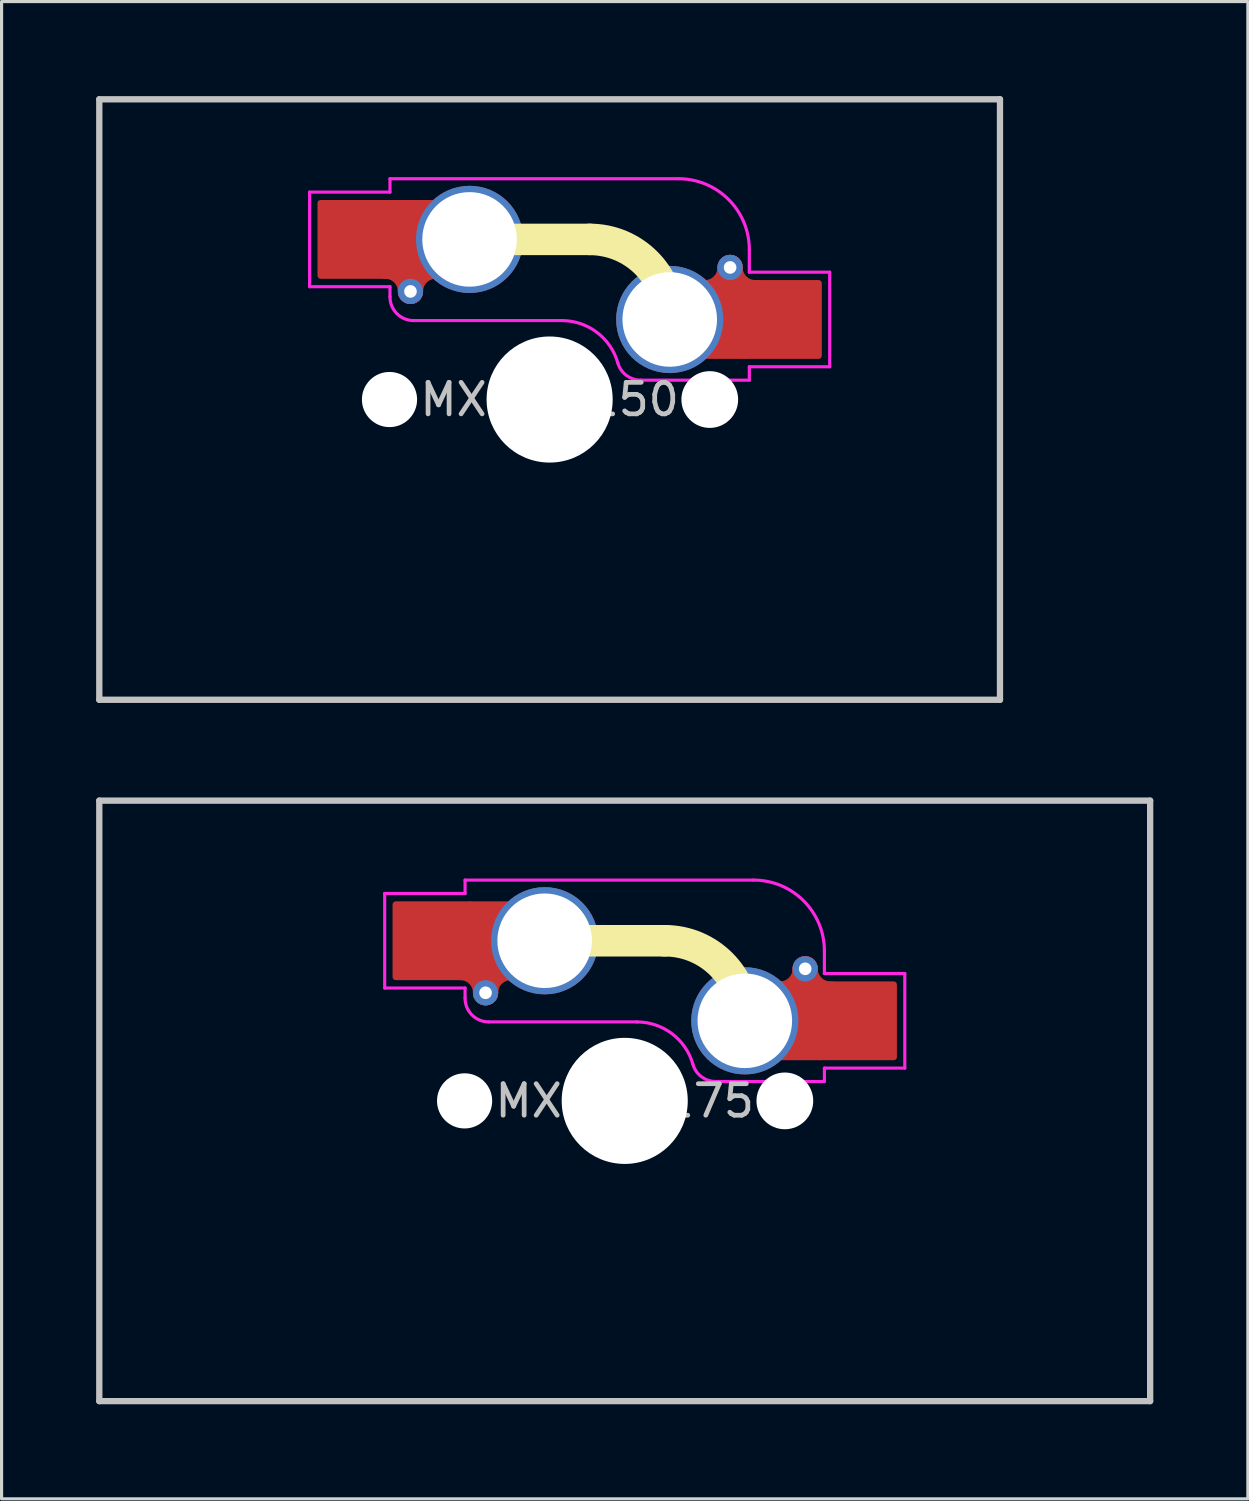
<source format=kicad_pcb>
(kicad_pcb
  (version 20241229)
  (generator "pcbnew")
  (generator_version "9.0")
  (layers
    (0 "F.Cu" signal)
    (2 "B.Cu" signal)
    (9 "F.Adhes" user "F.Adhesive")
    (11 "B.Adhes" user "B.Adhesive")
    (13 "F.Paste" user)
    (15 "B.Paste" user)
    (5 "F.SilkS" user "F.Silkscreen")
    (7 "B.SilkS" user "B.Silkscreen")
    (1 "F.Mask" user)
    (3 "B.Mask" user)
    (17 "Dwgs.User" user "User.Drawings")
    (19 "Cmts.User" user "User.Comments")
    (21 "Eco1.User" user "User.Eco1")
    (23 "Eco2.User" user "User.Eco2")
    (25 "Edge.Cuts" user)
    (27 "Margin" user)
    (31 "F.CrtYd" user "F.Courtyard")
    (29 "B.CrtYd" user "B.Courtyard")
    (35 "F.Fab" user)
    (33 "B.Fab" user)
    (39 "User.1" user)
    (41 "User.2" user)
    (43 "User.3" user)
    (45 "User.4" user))
  (footprint "MXHS-150"
    (layer "F.Cu")
    (at 14.387 9.625)
    (property "Reference" "MXHS-150" (at 0 0 0) (layer "Dwgs.User") (effects (font (size 1 1) (thickness 0.15))))
    (attr through_hole)
    (fp_arc (start -5.215 -4.23) (mid -4.649315 -3.995685) (end -4.415 -3.43) (stroke (width 0.8) (type solid)) (layer "F.Cu"))
    (fp_arc (start -4.415 -3.43) (mid -4.180685 -3.995685) (end -3.615 -4.23) (stroke (width 0.8) (type solid)) (layer "F.Cu"))
    (fp_arc (start 5.725 -4.19) (mid 5.490685 -3.624315) (end 4.925 -3.39) (stroke (width 0.8) (type solid)) (layer "F.Cu"))
    (fp_arc (start 6.525 -3.39) (mid 5.959315 -3.624315) (end 5.725 -4.19) (stroke (width 0.8) (type solid)) (layer "F.Cu"))
    (fp_line (start -2.54 -5.08) (end 1.27 -5.08) (stroke (width 1) (type solid)) (layer "F.SilkS"))
    (fp_arc (start 1.27 -5.08) (mid 3.066051 -4.336051) (end 3.81 -2.54) (stroke (width 1) (type solid)) (layer "F.SilkS"))
    (fp_line (start -14.287 -9.525) (end -14.287 9.525) (stroke (width 0.2) (type solid)) (layer "Dwgs.User"))
    (fp_line (start -14.287 9.525) (end 14.287 9.525) (stroke (width 0.2) (type solid)) (layer "Dwgs.User"))
    (fp_line (start 14.287 -9.525) (end -14.287 -9.525) (stroke (width 0.2) (type solid)) (layer "Dwgs.User"))
    (fp_line (start 14.287 9.525) (end 14.287 -9.525) (stroke (width 0.2) (type solid)) (layer "Dwgs.User"))
    (fp_line (start -7.615 -6.58) (end -5.065 -6.58) (stroke (width 0.1) (type solid)) (layer "F.CrtYd"))
    (fp_line (start -7.615 -3.58) (end -7.615 -6.58) (stroke (width 0.1) (type solid)) (layer "F.CrtYd"))
    (fp_line (start -5.065 -7.005) (end 4.085 -7.005) (stroke (width 0.1) (type solid)) (layer "F.CrtYd"))
    (fp_line (start -5.065 -6.58) (end -5.065 -7.005) (stroke (width 0.1) (type solid)) (layer "F.CrtYd"))
    (fp_line (start -5.065 -3.58) (end -7.615 -3.58) (stroke (width 0.1) (type solid)) (layer "F.CrtYd"))
    (fp_line (start -5.065 -3.255) (end -5.065 -3.58) (stroke (width 0.1) (type solid)) (layer "F.CrtYd"))
    (fp_line (start 0.385 -2.505) (end -4.315 -2.505) (stroke (width 0.1) (type solid)) (layer "F.CrtYd"))
    (fp_line (start 6.335 -4.755) (end 6.335 -4.04) (stroke (width 0.1) (type solid)) (layer "F.CrtYd"))
    (fp_line (start 6.335 -4.04) (end 8.885 -4.04) (stroke (width 0.1) (type solid)) (layer "F.CrtYd"))
    (fp_line (start 6.335 -1.04) (end 6.335 -0.615) (stroke (width 0.1) (type solid)) (layer "F.CrtYd"))
    (fp_line (start 6.335 -0.615) (end 2.885 -0.615) (stroke (width 0.1) (type solid)) (layer "F.CrtYd"))
    (fp_line (start 8.885 -4.04) (end 8.885 -1.04) (stroke (width 0.1) (type solid)) (layer "F.CrtYd"))
    (fp_line (start 8.885 -1.04) (end 6.335 -1.04) (stroke (width 0.1) (type solid)) (layer "F.CrtYd"))
    (fp_arc (start -4.315 -2.505) (mid -4.84533 -2.72467) (end -5.065 -3.255) (stroke (width 0.1) (type solid)) (layer "F.CrtYd"))
    (fp_arc (start 0.385 -2.505) (mid 1.499718 -2.131055) (end 2.163413 -1.16052) (stroke (width 0.1) (type solid)) (layer "F.CrtYd"))
    (fp_arc (start 2.884999 -0.615) (mid 2.432706 -0.766728) (end 2.163413 -1.16052) (stroke (width 0.1) (type solid)) (layer "F.CrtYd"))
    (fp_arc (start 4.085 -7.005) (mid 5.67599 -6.34599) (end 6.335 -4.755) (stroke (width 0.1) (type solid)) (layer "F.CrtYd"))
    (pad "" np_thru_hole circle (at -5.08 0) (size 1.75 1.75) (drill 1.75) (layers "*.Cu" "*.Mask"))
    (pad "" np_thru_hole circle (at 0 0) (size 4 4) (drill 4) (layers "*.Cu" "*.Mask"))
    (pad "" np_thru_hole circle (at 5.08 0) (size 1.8 1.8) (drill 1.8) (layers "*.Cu" "*.Mask"))
    (pad "1" thru_hole circle (at 3.81 -2.54) (size 3.4 3.4) (drill 3) (layers "*.Cu" "F.Mask"))
    (pad "1" smd rect (at 5.21 -2.54) (size 2 2.5) (layers "F.Cu"))
    (pad "1" thru_hole circle (at 5.725 -4.19 180) (size 0.8 0.8) (drill 0.4) (layers "*.Cu"))
    (pad "1" smd roundrect (at 5.725 -3.365) (size 0.8 2.45) (layers "F.Cu") (roundrect_rratio 0.5))
    (pad "1" smd roundrect (at 7.36 -2.54) (size 2.55 2.5) (layers "F.Cu" "F.Mask" "F.Paste") (roundrect_rratio 0.04))
    (pad "2" smd roundrect (at -6.09 -5.08) (size 2.55 2.5) (layers "F.Cu" "F.Mask" "F.Paste") (roundrect_rratio 0.04))
    (pad "2" smd roundrect (at -4.415 -4.255) (size 0.8 2.45) (layers "F.Cu") (roundrect_rratio 0.5))
    (pad "2" thru_hole circle (at -4.415 -3.43 180) (size 0.8 0.8) (drill 0.4) (layers "*.Cu"))
    (pad "2" smd rect (at -3.94 -5.08) (size 2 2.5) (layers "F.Cu"))
    (pad "2" thru_hole circle (at -2.54 -5.08) (size 3.4 3.4) (drill 3) (layers "*.Cu" "F.Mask")))
  (footprint "MXHS-175"
    (layer "F.Cu")
    (at 16.769 31.875)
    (property "Reference" "MXHS-175" (at 0 0 0) (layer "Dwgs.User") (effects (font (size 1 1) (thickness 0.15))))
    (attr through_hole)
    (fp_arc (start -5.215 -4.23) (mid -4.649315 -3.995685) (end -4.415 -3.43) (stroke (width 0.8) (type solid)) (layer "F.Cu"))
    (fp_arc (start -4.415 -3.43) (mid -4.180685 -3.995685) (end -3.615 -4.23) (stroke (width 0.8) (type solid)) (layer "F.Cu"))
    (fp_arc (start 5.725 -4.19) (mid 5.490685 -3.624315) (end 4.925 -3.39) (stroke (width 0.8) (type solid)) (layer "F.Cu"))
    (fp_arc (start 6.525 -3.39) (mid 5.959315 -3.624315) (end 5.725 -4.19) (stroke (width 0.8) (type solid)) (layer "F.Cu"))
    (fp_line (start -2.54 -5.08) (end 1.27 -5.08) (stroke (width 1) (type solid)) (layer "F.SilkS"))
    (fp_arc (start 1.27 -5.08) (mid 3.066051 -4.336051) (end 3.81 -2.54) (stroke (width 1) (type solid)) (layer "F.SilkS"))
    (fp_line (start -16.669 -9.525) (end -16.669 9.525) (stroke (width 0.2) (type solid)) (layer "Dwgs.User"))
    (fp_line (start -16.669 9.525) (end 16.669 9.525) (stroke (width 0.2) (type solid)) (layer "Dwgs.User"))
    (fp_line (start 16.669 -9.525) (end -16.669 -9.525) (stroke (width 0.2) (type solid)) (layer "Dwgs.User"))
    (fp_line (start 16.669 9.525) (end 16.669 -9.525) (stroke (width 0.2) (type solid)) (layer "Dwgs.User"))
    (fp_line (start -7.615 -6.58) (end -5.065 -6.58) (stroke (width 0.1) (type solid)) (layer "F.CrtYd"))
    (fp_line (start -7.615 -3.58) (end -7.615 -6.58) (stroke (width 0.1) (type solid)) (layer "F.CrtYd"))
    (fp_line (start -5.065 -7.005) (end 4.085 -7.005) (stroke (width 0.1) (type solid)) (layer "F.CrtYd"))
    (fp_line (start -5.065 -6.58) (end -5.065 -7.005) (stroke (width 0.1) (type solid)) (layer "F.CrtYd"))
    (fp_line (start -5.065 -3.58) (end -7.615 -3.58) (stroke (width 0.1) (type solid)) (layer "F.CrtYd"))
    (fp_line (start -5.065 -3.255) (end -5.065 -3.58) (stroke (width 0.1) (type solid)) (layer "F.CrtYd"))
    (fp_line (start 0.385 -2.505) (end -4.315 -2.505) (stroke (width 0.1) (type solid)) (layer "F.CrtYd"))
    (fp_line (start 6.335 -4.755) (end 6.335 -4.04) (stroke (width 0.1) (type solid)) (layer "F.CrtYd"))
    (fp_line (start 6.335 -4.04) (end 8.885 -4.04) (stroke (width 0.1) (type solid)) (layer "F.CrtYd"))
    (fp_line (start 6.335 -1.04) (end 6.335 -0.615) (stroke (width 0.1) (type solid)) (layer "F.CrtYd"))
    (fp_line (start 6.335 -0.615) (end 2.885 -0.615) (stroke (width 0.1) (type solid)) (layer "F.CrtYd"))
    (fp_line (start 8.885 -4.04) (end 8.885 -1.04) (stroke (width 0.1) (type solid)) (layer "F.CrtYd"))
    (fp_line (start 8.885 -1.04) (end 6.335 -1.04) (stroke (width 0.1) (type solid)) (layer "F.CrtYd"))
    (fp_arc (start -4.315 -2.505) (mid -4.84533 -2.72467) (end -5.065 -3.255) (stroke (width 0.1) (type solid)) (layer "F.CrtYd"))
    (fp_arc (start 0.385 -2.505) (mid 1.499718 -2.131055) (end 2.163413 -1.16052) (stroke (width 0.1) (type solid)) (layer "F.CrtYd"))
    (fp_arc (start 2.884999 -0.615) (mid 2.432706 -0.766728) (end 2.163413 -1.16052) (stroke (width 0.1) (type solid)) (layer "F.CrtYd"))
    (fp_arc (start 4.085 -7.005) (mid 5.67599 -6.34599) (end 6.335 -4.755) (stroke (width 0.1) (type solid)) (layer "F.CrtYd"))
    (pad "" np_thru_hole circle (at -5.08 0) (size 1.75 1.75) (drill 1.75) (layers "*.Cu" "*.Mask"))
    (pad "" np_thru_hole circle (at 0 0) (size 4 4) (drill 4) (layers "*.Cu" "*.Mask"))
    (pad "" np_thru_hole circle (at 5.08 0) (size 1.8 1.8) (drill 1.8) (layers "*.Cu" "*.Mask"))
    (pad "1" thru_hole circle (at 3.81 -2.54) (size 3.4 3.4) (drill 3) (layers "*.Cu" "F.Mask"))
    (pad "1" smd rect (at 5.21 -2.54) (size 2 2.5) (layers "F.Cu"))
    (pad "1" thru_hole circle (at 5.725 -4.19 180) (size 0.8 0.8) (drill 0.4) (layers "*.Cu"))
    (pad "1" smd roundrect (at 5.725 -3.365) (size 0.8 2.45) (layers "F.Cu") (roundrect_rratio 0.5))
    (pad "1" smd roundrect (at 7.36 -2.54) (size 2.55 2.5) (layers "F.Cu" "F.Mask" "F.Paste") (roundrect_rratio 0.04))
    (pad "2" smd roundrect (at -6.09 -5.08) (size 2.55 2.5) (layers "F.Cu" "F.Mask" "F.Paste") (roundrect_rratio 0.04))
    (pad "2" smd roundrect (at -4.415 -4.255) (size 0.8 2.45) (layers "F.Cu") (roundrect_rratio 0.5))
    (pad "2" thru_hole circle (at -4.415 -3.43 180) (size 0.8 0.8) (drill 0.4) (layers "*.Cu"))
    (pad "2" smd rect (at -3.94 -5.08) (size 2 2.5) (layers "F.Cu"))
    (pad "2" thru_hole circle (at -2.54 -5.08) (size 3.4 3.4) (drill 3) (layers "*.Cu" "F.Mask")))
  (gr_rect
    (start -3 -3)
    (end 36.538 44.5)
    (stroke (width 0.1) (type default))
    (fill no)
    (layer "Edge.Cuts")))
</source>
